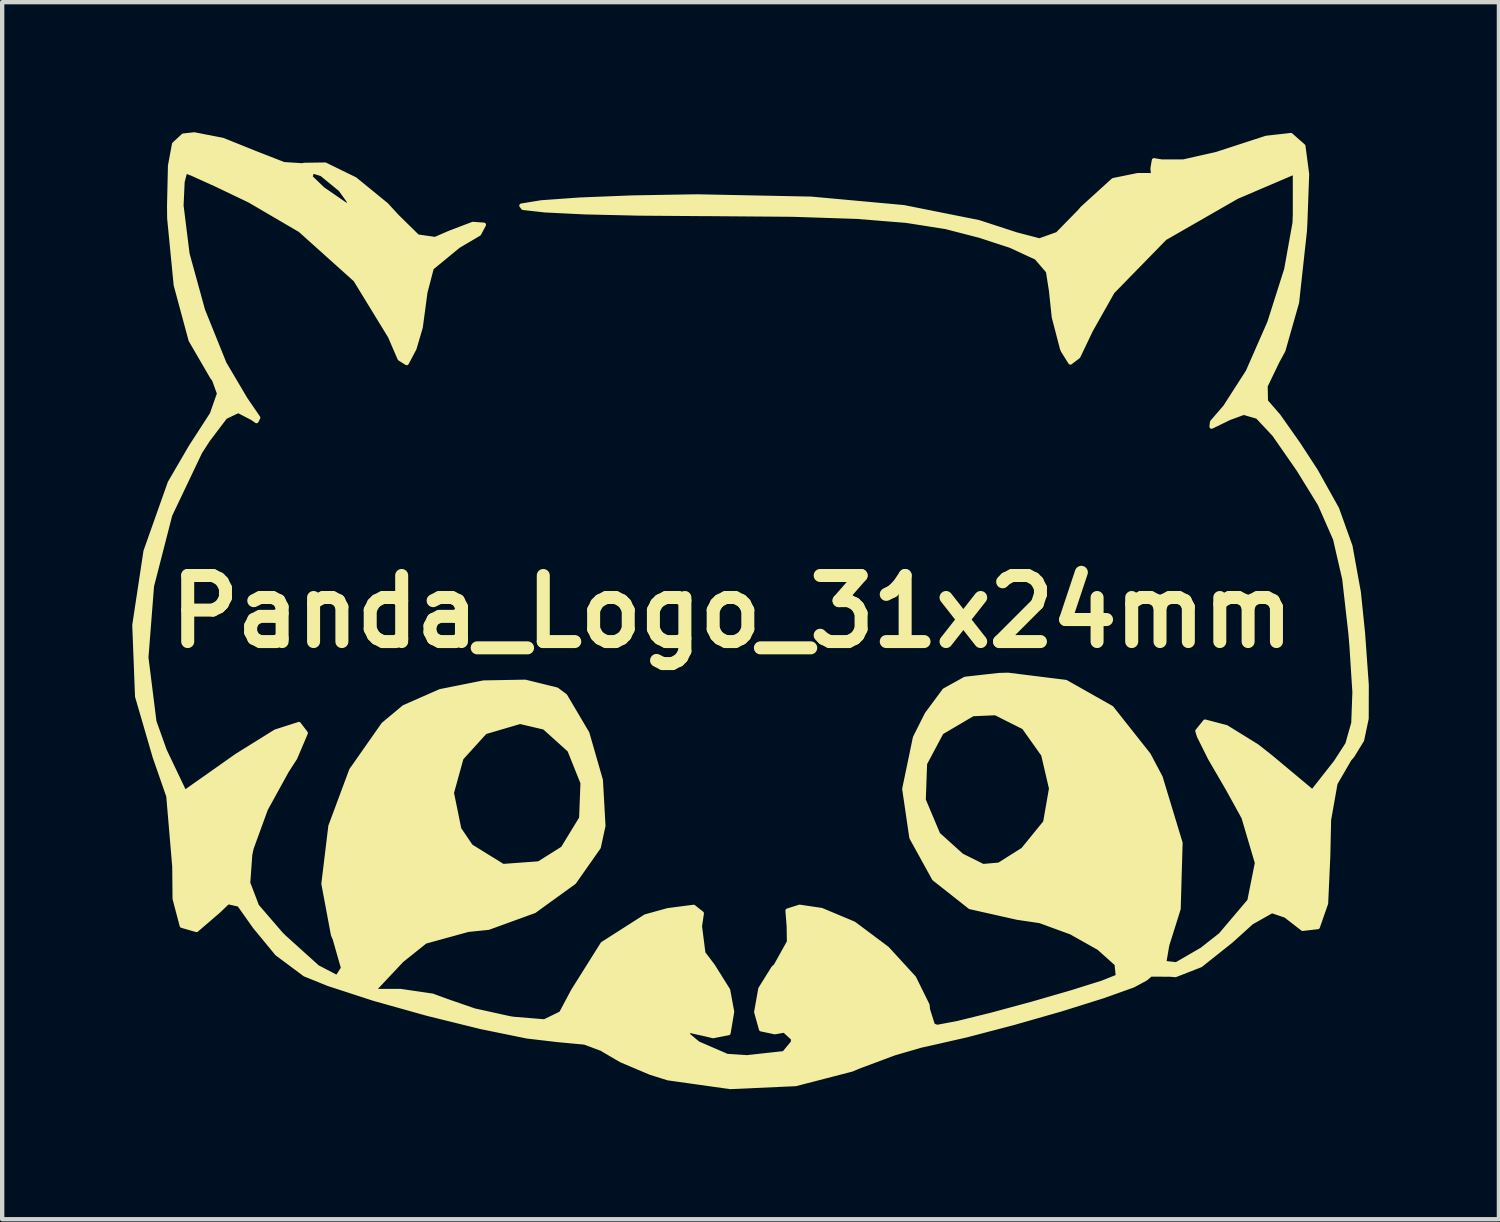
<source format=kicad_pcb>
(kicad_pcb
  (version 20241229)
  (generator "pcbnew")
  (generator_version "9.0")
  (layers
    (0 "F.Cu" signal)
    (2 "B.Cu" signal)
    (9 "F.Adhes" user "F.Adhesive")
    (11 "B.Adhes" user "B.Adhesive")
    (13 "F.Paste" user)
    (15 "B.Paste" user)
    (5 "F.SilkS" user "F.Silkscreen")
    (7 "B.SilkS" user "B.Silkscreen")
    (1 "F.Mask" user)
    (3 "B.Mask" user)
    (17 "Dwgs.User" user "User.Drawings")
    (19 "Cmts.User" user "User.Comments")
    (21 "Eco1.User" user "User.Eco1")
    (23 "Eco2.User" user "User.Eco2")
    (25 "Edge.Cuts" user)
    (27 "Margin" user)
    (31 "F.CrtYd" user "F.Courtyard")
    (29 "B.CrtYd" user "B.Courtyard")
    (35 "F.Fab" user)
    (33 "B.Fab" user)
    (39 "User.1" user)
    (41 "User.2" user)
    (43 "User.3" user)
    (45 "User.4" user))
  (footprint "Panda_Logo_31x24mm"
    (layer "F.Cu")
    (at 13.834 11.057)
    (property "Reference" "Panda_Logo_31x24mm" (at 0 0 0) (layer "F.SilkS") (effects (font (size 1.524 1.524) (thickness 0.3))))
    (attr through_hole)
    (fp_poly (pts (xy 14.635 1.692) (xy 14.633 2.465) (xy 14.528 2.962) (xy 14.304 3.326) (xy 14.238 3.402) (xy 13.915 3.959) (xy 13.766 4.801) (xy 13.747 5.653) (xy 13.698 6.727) (xy 13.508 7.273) (xy 13.159 7.314) (xy 12.768 7.011) (xy 12.45 6.903) (xy 11.979 7.169) (xy 11.514 7.59) (xy 10.806 8.153) (xy 10.225 8.38) (xy 10.105 8.37) (xy 9.655 8.367) (xy 9.539 8.464) (xy 9.252 8.619) (xy 8.556 8.868) (xy 7.589 9.171) (xy 6.491 9.485) (xy 5.399 9.771) (xy 4.453 9.986) (xy 4.374 10.002) (xy 3.748 10.183) (xy 2.925 10.49) (xy 2.761 10.559) (xy 1.466 10.894) (xy -0.043 10.962) (xy -1.477 10.76) (xy -1.885 10.632) (xy -2.559 10.346) (xy -2.977 10.102) (xy -2.99 10.089) (xy -3.4 9.936) (xy -4.023 9.878) (xy -4.73 9.795) (xy -5.792 9.578) (xy -7.028 9.273) (xy -8.258 8.928) (xy -9.303 8.588) (xy -9.853 8.366) (xy -10.495 7.888) (xy -11.012 7.26) (xy -11.368 6.756) (xy -11.627 6.697) (xy -11.847 6.907) (xy -12.352 7.341) (xy -12.691 7.243) (xy -12.855 6.62) (xy -12.862 5.88) (xy -13 4.253) (xy -13.313 3.354) (xy -13.72 1.955) (xy -13.784 0.311) (xy -13.526 -1.394) (xy -12.967 -2.973) (xy -12.488 -3.795) (xy -11.996 -4.556) (xy -11.83 -5.03) (xy -11.948 -5.357) (xy -11.986 -5.401) (xy -12.486 -6.262) (xy -12.829 -7.533) (xy -12.979 -9.069) (xy -12.982 -9.355) (xy -12.961 -10.285) (xy -12.868 -10.783) (xy -12.656 -10.979) (xy -12.404 -11.007) (xy -11.747 -10.879) (xy -10.984 -10.572) (xy -10.338 -10.32) (xy -9.896 -10.292) (xy -9.875 -10.303) (xy -9.384 -10.31) (xy -8.695 -9.973) (xy -7.972 -9.383) (xy -7.727 -9.116) (xy -7.254 -8.651) (xy -6.848 -8.593) (xy -6.503 -8.742) (xy -5.977 -8.942) (xy -5.725 -8.923) (xy -5.835 -8.715) (xy -6.314 -8.432) (xy -6.928 -7.927) (xy -7.075 -7.363) (xy -7.182 -6.56) (xy -7.327 -6.068) (xy -7.504 -5.734) (xy -7.666 -5.835) (xy -7.889 -6.35) (xy -8.686 -7.653) (xy -8.789 -7.746) (xy -8.789 -9.399) (xy -9.031 -9.737) (xy -9.466 -10.093) (xy -9.684 -10.16) (xy -9.727 -10.024) (xy -9.438 -9.746) (xy -8.908 -9.381) (xy -8.789 -9.399) (xy -8.789 -7.746) (xy -9.961 -8.798) (xy -11.13 -9.482) (xy -11.912 -9.856) (xy -12.456 -10.102) (xy -12.612 -10.16) (xy -12.675 -9.915) (xy -12.7 -9.365) (xy -12.561 -8.25) (xy -12.203 -6.95) (xy -11.709 -5.725) (xy -11.226 -4.907) (xy -10.93 -4.474) (xy -10.968 -4.396) (xy -11.068 -4.466) (xy -11.389 -4.632) (xy -11.689 -4.489) (xy -12.094 -3.954) (xy -12.269 -3.681) (xy -12.96 -2.23) (xy -13.381 -0.591) (xy -13.51 1.057) (xy -13.325 2.535) (xy -13.086 3.204) (xy -12.626 4.169) (xy -11.423 3.321) (xy -10.529 2.765) (xy -9.991 2.593) (xy -9.833 2.799) (xy -10.077 3.374) (xy -10.268 3.67) (xy -10.754 4.552) (xy -11.084 5.458) (xy -11.115 5.603) (xy -11.162 6.256) (xy -10.958 6.79) (xy -10.41 7.426) (xy -10.328 7.508) (xy -9.562 8.199) (xy -9.107 8.436) (xy -8.97 8.22) (xy -9.161 7.55) (xy -9.203 7.45) (xy -9.423 6.275) (xy -9.262 4.945) (xy -8.782 3.655) (xy -8.043 2.6) (xy -7.566 2.202) (xy -6.731 1.835) (xy -5.732 1.635) (xy -4.77 1.618) (xy -4.043 1.797) (xy -3.849 1.941) (xy -3.34 2.802) (xy -3.028 3.887) (xy -2.969 4.938) (xy -3.076 5.433) (xy -3.447 5.962) (xy -3.447 3.949) (xy -3.75 3.193) (xy -4.328 2.672) (xy -4.89 2.54) (xy -5.697 2.777) (xy -6.243 3.379) (xy -6.464 4.179) (xy -6.293 5.014) (xy -6.024 5.411) (xy -5.285 5.868) (xy -4.455 5.807) (xy -3.903 5.46) (xy -3.478 4.763) (xy -3.447 3.949) (xy -3.447 5.962) (xy -3.642 6.24) (xy -4.56 6.904) (xy -5.619 7.289) (xy -6.089 7.337) (xy -7.077 7.609) (xy -7.62 8.043) (xy -8.283 8.749) (xy -7.651 8.749) (xy -6.913 8.857) (xy -6.543 8.992) (xy -5.947 9.198) (xy -5.127 9.379) (xy -5.035 9.393) (xy -4.327 9.451) (xy -3.943 9.264) (xy -3.668 8.747) (xy -2.986 7.661) (xy -1.997 7.029) (xy -1.481 6.886) (xy -0.887 6.809) (xy -0.699 6.958) (xy -0.743 7.255) (xy -0.664 7.876) (xy -0.443 8.168) (xy -0.093 8.727) (xy 0 9.226) (xy -0.083 9.719) (xy -0.438 9.788) (xy -0.635 9.741) (xy -1.065 9.646) (xy -0.998 9.781) (xy -0.786 9.958) (xy -0.117 10.247) (xy 0.343 10.278) (xy 0.941 10.212) (xy 1.199 10.184) (xy 1.402 9.938) (xy 1.411 9.848) (xy 1.206 9.659) (xy 0.988 9.698) (xy 0.669 9.631) (xy 0.558 9.233) (xy 0.653 8.698) (xy 0.953 8.217) (xy 1.007 8.168) (xy 1.314 7.616) (xy 1.308 7.255) (xy 1.28 6.895) (xy 1.557 6.807) (xy 2.064 6.882) (xy 2.81 7.195) (xy 3.576 7.768) (xy 4.197 8.446) (xy 4.506 9.073) (xy 4.516 9.177) (xy 4.631 9.54) (xy 4.727 9.579) (xy 5.197 9.491) (xy 5.984 9.297) (xy 6.918 9.044) (xy 7.827 8.781) (xy 8.543 8.556) (xy 8.893 8.416) (xy 8.899 8.411) (xy 8.87 8.125) (xy 8.459 7.757) (xy 7.819 7.397) (xy 7.359 7.229) (xy 7.359 4.078) (xy 7.177 3.298) (xy 6.73 2.668) (xy 6.076 2.339) (xy 5.55 2.362) (xy 4.83 2.786) (xy 4.448 3.503) (xy 4.418 4.342) (xy 4.752 5.135) (xy 5.295 5.624) (xy 5.786 5.869) (xy 6.159 5.836) (xy 6.697 5.496) (xy 6.711 5.487) (xy 7.223 4.858) (xy 7.359 4.078) (xy 7.359 7.229) (xy 7.104 7.135) (xy 6.572 7.056) (xy 5.488 6.812) (xy 4.659 6.158) (xy 4.137 5.211) (xy 3.973 4.088) (xy 4.219 2.906) (xy 4.49 2.365) (xy 4.897 1.815) (xy 5.376 1.55) (xy 6.15 1.463) (xy 6.364 1.457) (xy 7.698 1.623) (xy 8.752 2.219) (xy 9.606 3.299) (xy 9.882 3.82) (xy 10.341 5.334) (xy 10.297 6.854) (xy 10.034 7.691) (xy 9.963 8.103) (xy 10.247 8.134) (xy 10.836 7.793) (xy 11.267 7.454) (xy 11.932 6.669) (xy 12.107 5.794) (xy 11.798 4.747) (xy 11.437 4.092) (xy 11.023 3.38) (xy 10.769 2.87) (xy 10.733 2.752) (xy 10.908 2.536) (xy 11.4 2.665) (xy 12.107 3.102) (xy 12.419 3.348) (xy 13.386 4.155) (xy 13.924 3.47) (xy 14.192 3.055) (xy 14.33 2.568) (xy 14.356 1.857) (xy 14.286 0.767) (xy 14.264 0.508) (xy 14.121 -0.756) (xy 13.909 -1.677) (xy 13.557 -2.479) (xy 13.066 -3.276) (xy 12.503 -4.086) (xy 12.119 -4.496) (xy 11.8 -4.589) (xy 11.466 -4.466) (xy 11.059 -4.268) (xy 11.071 -4.372) (xy 11.375 -4.725) (xy 11.896 -5.536) (xy 12.394 -6.671) (xy 12.782 -7.893) (xy 12.975 -8.967) (xy 12.982 -9.165) (xy 12.982 -10.14) (xy 11.642 -9.567) (xy 9.982 -8.614) (xy 8.775 -7.378) (xy 8.274 -6.491) (xy 7.984 -5.885) (xy 7.802 -5.747) (xy 7.632 -6.018) (xy 7.611 -6.068) (xy 7.422 -6.794) (xy 7.358 -7.4) (xy 7.287 -7.851) (xy 7.017 -8.164) (xy 6.419 -8.44) (xy 5.715 -8.67) (xy 4.928 -8.873) (xy 4.019 -9.016) (xy 2.879 -9.108) (xy 1.398 -9.157) (xy -0.532 -9.172) (xy -0.624 -9.172) (xy -2.142 -9.183) (xy -3.399 -9.212) (xy -4.317 -9.257) (xy -4.816 -9.313) (xy -4.858 -9.364) (xy -4.401 -9.439) (xy -3.506 -9.503) (xy -2.298 -9.551) (xy -0.903 -9.575) (xy -0.79 -9.576) (xy 1.824 -9.523) (xy 3.96 -9.328) (xy 5.686 -8.983) (xy 6.554 -8.7) (xy 7.09 -8.56) (xy 7.506 -8.709) (xy 8.014 -9.228) (xy 8.079 -9.304) (xy 8.792 -9.952) (xy 9.357 -10.067) (xy 9.713 -10.066) (xy 9.698 -10.223) (xy 9.73 -10.41) (xy 9.909 -10.38) (xy 10.41 -10.381) (xy 11.171 -10.553) (xy 11.395 -10.626) (xy 12.32 -10.927) (xy 12.888 -10.991) (xy 13.175 -10.738) (xy 13.26 -10.092) (xy 13.219 -8.972) (xy 13.208 -8.773) (xy 13.028 -7.131) (xy 12.713 -6.024) (xy 12.577 -5.774) (xy 12.303 -5.205) (xy 12.31 -4.847) (xy 12.327 -4.833) (xy 12.604 -4.513) (xy 13.06 -3.866) (xy 13.464 -3.246) (xy 13.951 -2.373) (xy 14.26 -1.51) (xy 14.453 -0.444) (xy 14.55 0.501) (xy 14.635 1.692)) (stroke (width 0.1) (type solid)) (fill yes) (layer "F.SilkS")))
  (gr_rect
    (start -3 -3)
    (end 31.52 25.069)
    (stroke (width 0.1) (type default))
    (fill no)
    (layer "Edge.Cuts")))
</source>
